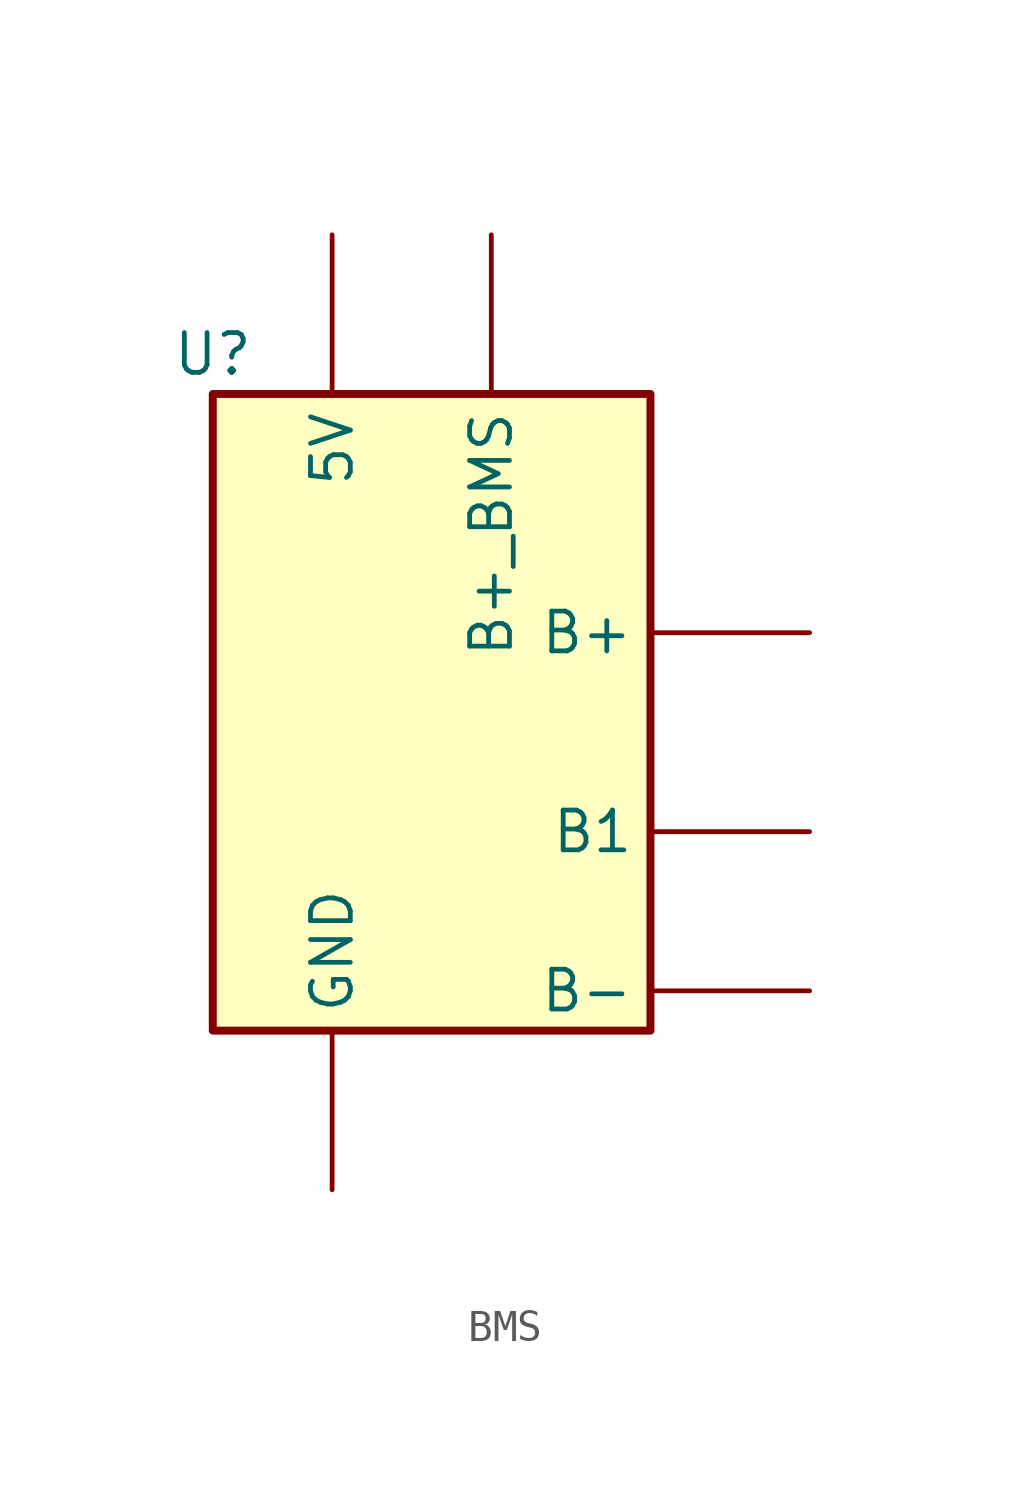
<source format=kicad_sym>
(kicad_symbol_lib
  (version 20220914)
  (generator kicad_symbol_editor)
  (symbol "BMS"
    (property "Reference" "U"
      (at -3.81 11.43 0)
      (effects (font (size 1.27 1.27))))
    (property "Value" ""
      (at 0 0 0)
      (effects (font (size 1.27 1.27))))
    (symbol "BMS_0_1"
      (rectangle (start -3.81 10.16) (end 10.16 -10.16) (stroke (width 0.254) (type default)) (fill (type background))))
    (symbol "BMS_1_1"
      (pin power_out line (at 0 15.24 270) (length 5.08) (name "5V" (effects (font (size 1.27 1.27)))) (number "" (effects (font (size 1.27 1.27)))))
      (pin power_in line (at 15.24 2.54 180) (length 5.08) (name "B+" (effects (font (size 1.27 1.27)))) (number "" (effects (font (size 1.27 1.27)))))
      (pin power_out line (at 5.08 15.24 270) (length 5.08) (name "B+_BMS" (effects (font (size 1.27 1.27)))) (number "" (effects (font (size 1.27 1.27)))))
      (pin power_in line (at 15.24 -8.89 180) (length 5.08) (name "B-" (effects (font (size 1.27 1.27)))) (number "" (effects (font (size 1.27 1.27)))))
      (pin power_in line (at 15.24 -3.81 180) (length 5.08) (name "B1" (effects (font (size 1.27 1.27)))) (number "" (effects (font (size 1.27 1.27)))))
      (pin power_in line (at 0 -15.24 90) (length 5.08) (name "GND" (effects (font (size 1.27 1.27)))) (number "" (effects (font (size 1.27 1.27))))))))
</source>
